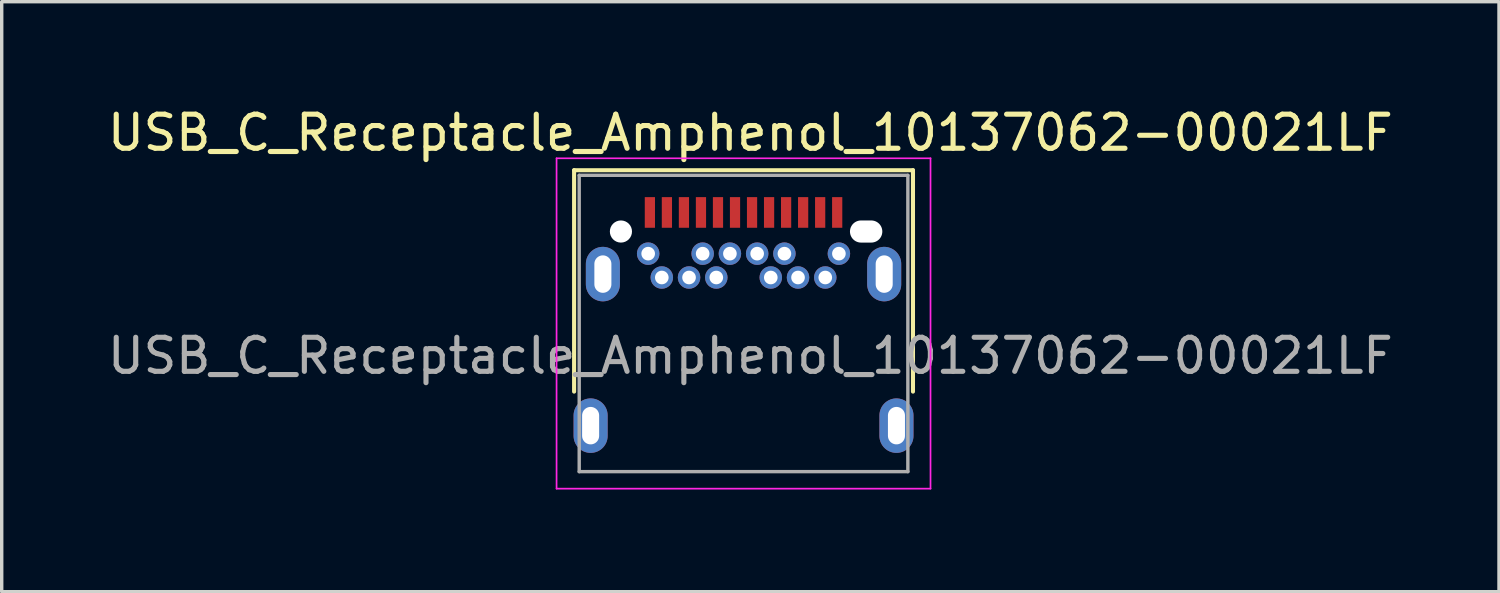
<source format=kicad_pcb>
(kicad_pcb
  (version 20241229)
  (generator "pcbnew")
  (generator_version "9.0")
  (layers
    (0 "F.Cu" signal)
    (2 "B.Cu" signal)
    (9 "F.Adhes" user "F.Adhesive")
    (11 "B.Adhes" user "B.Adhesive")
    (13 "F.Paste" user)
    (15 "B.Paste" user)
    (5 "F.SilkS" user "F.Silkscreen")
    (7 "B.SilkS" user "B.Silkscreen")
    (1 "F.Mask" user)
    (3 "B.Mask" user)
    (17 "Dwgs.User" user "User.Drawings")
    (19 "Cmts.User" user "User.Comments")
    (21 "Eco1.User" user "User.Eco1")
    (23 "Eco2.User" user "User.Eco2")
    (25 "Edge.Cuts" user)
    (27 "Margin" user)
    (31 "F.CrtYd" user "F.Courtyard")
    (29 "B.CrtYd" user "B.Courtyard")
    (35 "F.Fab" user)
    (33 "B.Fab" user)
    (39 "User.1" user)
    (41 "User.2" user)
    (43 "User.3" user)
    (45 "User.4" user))
  (footprint "USB_C_Receptacle_Amphenol_10137062-00021LF"
    (layer "F.Cu")
    (at 15.182 3.748)
    (property "Reference" "USB_C_Receptacle_Amphenol_10137062-00021LF" (at 3.8 -2.9 0) (layer "F.SilkS") (effects (font (size 1 1) (thickness 0.15))))
    (attr through_hole)
    (fp_line (start -1.375 -1.8) (end -1.375 4.7) (stroke (width 0.12) (type solid)) (layer "F.SilkS"))
    (fp_line (start -1.375 -1.8) (end 8.575 -1.8) (stroke (width 0.12) (type solid)) (layer "F.SilkS"))
    (fp_line (start 8.575 -1.8) (end 8.575 4.7) (stroke (width 0.12) (type solid)) (layer "F.SilkS"))
    (fp_line (start -1.89 -2.15) (end 9.09 -2.15) (stroke (width 0.05) (type solid)) (layer "F.CrtYd"))
    (fp_line (start -1.89 7.55) (end -1.89 -2.15) (stroke (width 0.05) (type solid)) (layer "F.CrtYd"))
    (fp_line (start 9.09 7.55) (end -1.89 7.55) (stroke (width 0.05) (type solid)) (layer "F.CrtYd"))
    (fp_line (start 9.09 7.55) (end 9.09 -2.15) (stroke (width 0.05) (type solid)) (layer "F.CrtYd"))
    (fp_line (start -1.225 -1.65) (end -1.225 7.05) (stroke (width 0.1) (type solid)) (layer "F.Fab"))
    (fp_line (start -1.225 -1.65) (end 8.425 -1.65) (stroke (width 0.1) (type solid)) (layer "F.Fab"))
    (fp_line (start 8.425 7.05) (end -1.225 7.05) (stroke (width 0.1) (type solid)) (layer "F.Fab"))
    (fp_line (start 8.425 7.05) (end 8.425 -1.65) (stroke (width 0.1) (type solid)) (layer "F.Fab"))
    (fp_text user "${REFERENCE}" (at 3.8 3.65 0) (layer "F.Fab") (effects (font (size 1 1) (thickness 0.15))))
    (pad "" np_thru_hole circle (at 0 0) (size 0.65 0.65) (drill 0.65) (layers "*.Cu" "*.Mask"))
    (pad "" np_thru_hole oval (at 7.2 0) (size 0.95 0.65) (drill oval 0.95 0.65) (layers "*.Cu" "*.Mask"))
    (pad "A1" smd rect (at 0.85 -0.56) (size 0.3 0.9) (layers "F.Cu" "F.Mask" "F.Paste"))
    (pad "A2" smd rect (at 1.35 -0.56) (size 0.3 0.9) (layers "F.Cu" "F.Mask" "F.Paste"))
    (pad "A3" smd rect (at 1.85 -0.56) (size 0.3 0.9) (layers "F.Cu" "F.Mask" "F.Paste"))
    (pad "A4" smd rect (at 2.35 -0.56) (size 0.3 0.9) (layers "F.Cu" "F.Mask" "F.Paste"))
    (pad "A5" smd rect (at 2.85 -0.56) (size 0.3 0.9) (layers "F.Cu" "F.Mask" "F.Paste"))
    (pad "A6" smd rect (at 3.35 -0.56) (size 0.3 0.9) (layers "F.Cu" "F.Mask" "F.Paste"))
    (pad "A7" smd rect (at 3.85 -0.56) (size 0.3 0.9) (layers "F.Cu" "F.Mask" "F.Paste"))
    (pad "A8" smd rect (at 4.35 -0.56) (size 0.3 0.9) (layers "F.Cu" "F.Mask" "F.Paste"))
    (pad "A9" smd rect (at 4.85 -0.56) (size 0.3 0.9) (layers "F.Cu" "F.Mask" "F.Paste"))
    (pad "A10" smd rect (at 5.35 -0.56) (size 0.3 0.9) (layers "F.Cu" "F.Mask" "F.Paste"))
    (pad "A11" smd rect (at 5.85 -0.56) (size 0.3 0.9) (layers "F.Cu" "F.Mask" "F.Paste"))
    (pad "A12" smd rect (at 6.35 -0.56) (size 0.3 0.9) (layers "F.Cu" "F.Mask" "F.Paste"))
    (pad "B1" thru_hole circle (at 6.4 0.65) (size 0.66 0.66) (drill 0.4) (layers "*.Cu" "*.Mask" "F.Paste"))
    (pad "B2" thru_hole circle (at 6 1.35) (size 0.66 0.66) (drill 0.4) (layers "*.Cu" "*.Mask" "F.Paste"))
    (pad "B3" thru_hole circle (at 5.2 1.35) (size 0.66 0.66) (drill 0.4) (layers "*.Cu" "*.Mask" "F.Paste"))
    (pad "B4" thru_hole circle (at 4.8 0.65) (size 0.66 0.66) (drill 0.4) (layers "*.Cu" "*.Mask" "F.Paste"))
    (pad "B5" thru_hole circle (at 4.4 1.35) (size 0.66 0.66) (drill 0.4) (layers "*.Cu" "*.Mask" "F.Paste"))
    (pad "B6" thru_hole circle (at 4 0.65) (size 0.66 0.66) (drill 0.4) (layers "*.Cu" "*.Mask" "F.Paste"))
    (pad "B7" thru_hole circle (at 3.2 0.65) (size 0.66 0.66) (drill 0.4) (layers "*.Cu" "*.Mask" "F.Paste"))
    (pad "B8" thru_hole circle (at 2.8 1.35) (size 0.66 0.66) (drill 0.4) (layers "*.Cu" "*.Mask" "F.Paste"))
    (pad "B9" thru_hole circle (at 2.4 0.65) (size 0.66 0.66) (drill 0.4) (layers "*.Cu" "*.Mask" "F.Paste"))
    (pad "B10" thru_hole circle (at 2 1.35) (size 0.66 0.66) (drill 0.4) (layers "*.Cu" "*.Mask" "F.Paste"))
    (pad "B11" thru_hole circle (at 1.2 1.35) (size 0.66 0.66) (drill 0.4) (layers "*.Cu" "*.Mask" "F.Paste"))
    (pad "B12" thru_hole circle (at 0.8 0.65) (size 0.66 0.66) (drill 0.4) (layers "*.Cu" "*.Mask" "F.Paste"))
    (pad "S1" thru_hole oval (at -0.89 5.7) (size 1 1.6) (drill oval 0.5 1.1) (layers "*.Cu" "*.Mask" "F.Paste"))
    (pad "S1" thru_hole oval (at -0.53 1.25) (size 1 1.6) (drill oval 0.5 1.1) (layers "*.Cu" "*.Mask" "F.Paste"))
    (pad "S1" thru_hole oval (at 7.73 1.25) (size 1 1.6) (drill oval 0.5 1.1) (layers "*.Cu" "*.Mask" "F.Paste"))
    (pad "S1" thru_hole oval (at 8.09 5.7) (size 1 1.6) (drill oval 0.5 1.1) (layers "*.Cu" "*.Mask" "F.Paste")))
  (gr_rect
    (start -3 -3)
    (end 40.964 14.323)
    (stroke (width 0.1) (type default))
    (fill no)
    (layer "Edge.Cuts")))
</source>
